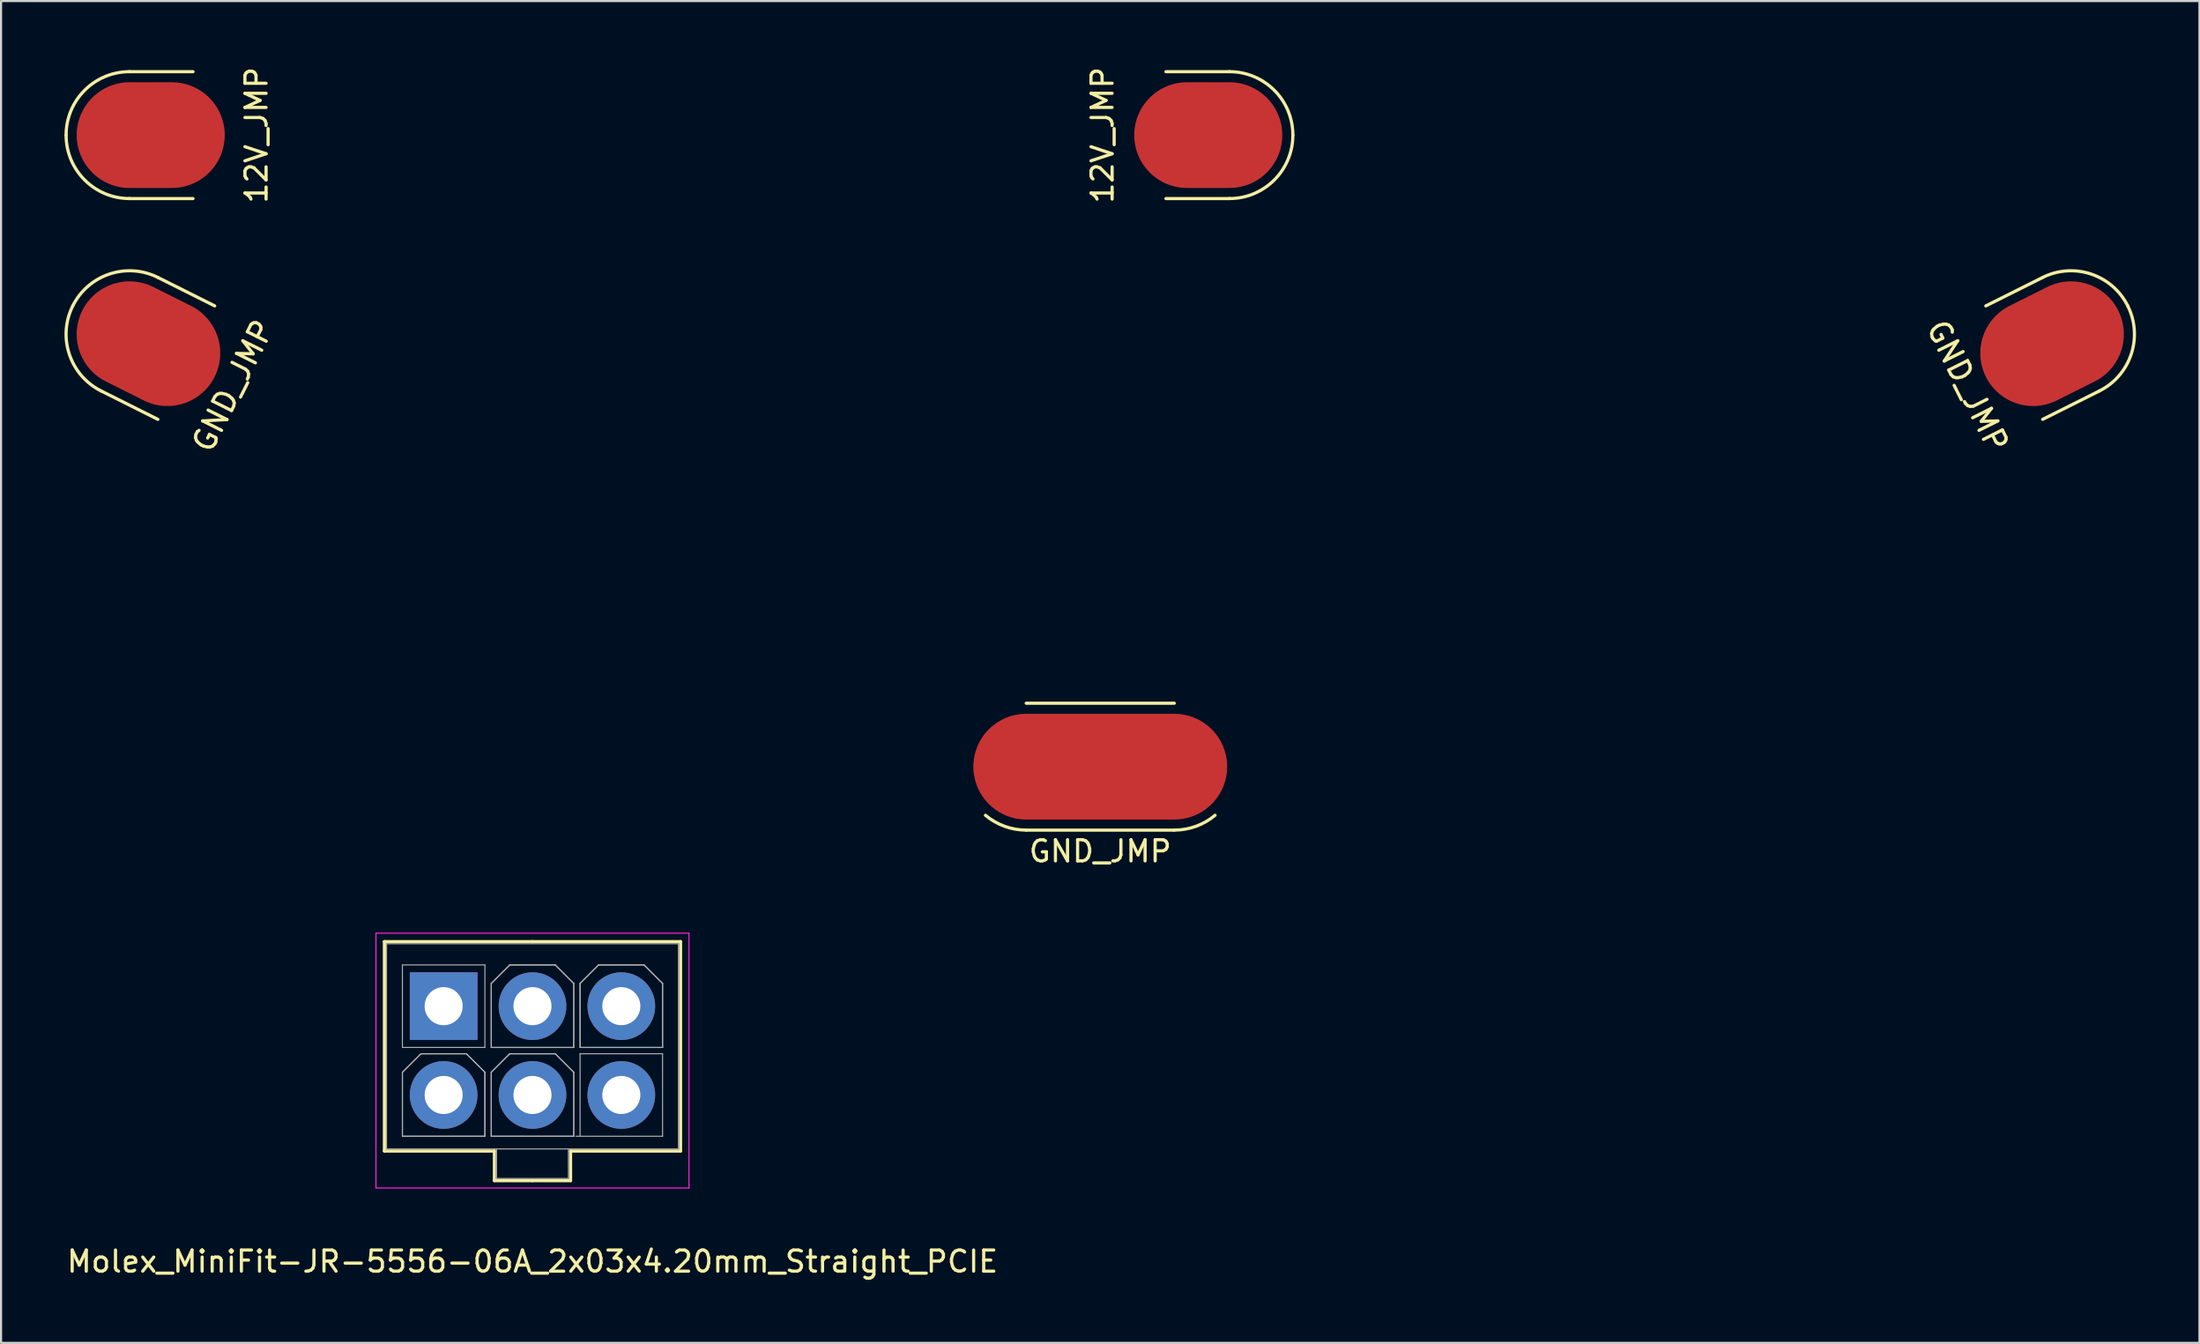
<source format=kicad_pcb>
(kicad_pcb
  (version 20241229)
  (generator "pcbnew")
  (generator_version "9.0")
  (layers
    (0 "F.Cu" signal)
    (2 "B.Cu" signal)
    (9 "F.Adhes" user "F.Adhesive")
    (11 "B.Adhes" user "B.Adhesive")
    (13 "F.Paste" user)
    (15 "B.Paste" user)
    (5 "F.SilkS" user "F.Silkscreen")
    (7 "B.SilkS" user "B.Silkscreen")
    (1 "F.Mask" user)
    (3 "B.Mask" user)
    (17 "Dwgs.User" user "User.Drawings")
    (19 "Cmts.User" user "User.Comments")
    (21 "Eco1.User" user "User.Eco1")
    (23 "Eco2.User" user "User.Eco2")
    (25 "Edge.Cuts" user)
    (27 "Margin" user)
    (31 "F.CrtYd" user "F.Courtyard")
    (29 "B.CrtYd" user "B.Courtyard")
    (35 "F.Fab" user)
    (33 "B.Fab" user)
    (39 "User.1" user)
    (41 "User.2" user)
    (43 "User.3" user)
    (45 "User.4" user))
  (footprint "GND_JMP"
    (layer "F.Cu")
    (at 48.969 33.201)
    (property "Reference" "GND_JMP" (at 0 4 0) (layer "F.SilkS") (effects (font (size 1 1) (thickness 0.15))))
    (attr through_hole)
    (fp_line (start -47.237 -17.765) (end -44.555 -16.422) (stroke (width 0.15) (type solid)) (layer "F.SilkS"))
    (fp_line (start -44.551 -23.13) (end -41.868 -21.787) (stroke (width 0.15) (type solid)) (layer "F.SilkS"))
    (fp_line (start -3.5 -3) (end 3.5 -3) (stroke (width 0.15) (type solid)) (layer "F.SilkS"))
    (fp_line (start 3.5 3) (end -3.5 3) (stroke (width 0.15) (type solid)) (layer "F.SilkS"))
    (fp_line (start 44.551 -23.13) (end 41.868 -21.787) (stroke (width 0.15) (type solid)) (layer "F.SilkS"))
    (fp_line (start 47.237 -17.765) (end 44.555 -16.422) (stroke (width 0.15) (type solid)) (layer "F.SilkS"))
    (fp_arc (start -48.576617 -21.791036) (mid -46.841102 -23.294387) (end -44.550877 -23.130222) (stroke (width 0.15) (type solid)) (layer "F.SilkS"))
    (fp_arc (start -47.237431 -17.765296) (mid -48.740782 -19.500811) (end -48.576617 -21.791036) (stroke (width 0.15) (type solid)) (layer "F.SilkS"))
    (fp_arc (start -3.5 3) (mid -4.526061 2.819078) (end -5.428363 2.298133) (stroke (width 0.15) (type solid)) (layer "F.SilkS"))
    (fp_arc (start 5.428363 2.298133) (mid 4.526061 2.819078) (end 3.5 3) (stroke (width 0.15) (type solid)) (layer "F.SilkS"))
    (fp_arc (start 44.550877 -23.130222) (mid 46.841102 -23.294387) (end 48.576617 -21.791036) (stroke (width 0.15) (type solid)) (layer "F.SilkS"))
    (fp_arc (start 48.576617 -21.791036) (mid 48.740782 -19.500811) (end 47.237431 -17.765296) (stroke (width 0.15) (type solid)) (layer "F.SilkS"))
    (fp_text user "${REFERENCE}" (at -41 -18 243.4) (layer "F.SilkS") (effects (font (size 1 1) (thickness 0.15))))
    (fp_text user "${REFERENCE}" (at 41 -18 296.6) (layer "F.SilkS") (effects (font (size 1 1) (thickness 0.15))))
    (pad "1" smd oval (at 0 0) (size 12 5) (layers "F.Cu" "F.Mask" "F.Paste"))
    (pad "2" smd oval (at 45 -20 26.6) (size 7 5) (layers "F.Cu" "F.Mask" "F.Paste"))
    (pad "3" smd oval (at -45 -20 153.4) (size 7 5) (layers "F.Cu" "F.Mask" "F.Paste")))
  (footprint "Molex_MiniFit-JR-5556-06A_2x03x4.20mm_Straight_PCIE"
    (layer "F.Cu")
    (at 17.925 44.525)
    (property "Reference" "Molex_MiniFit-JR-5556-06A_2x03x4.20mm_Straight_PCIE" (at 4.2 12.075 0) (layer "F.SilkS") (effects (font (size 1 1) (thickness 0.15))))
    (attr through_hole)
    (fp_line (start -2.8 -3.05) (end -2.8 6.85) (stroke (width 0.15) (type solid)) (layer "F.SilkS"))
    (fp_line (start -2.8 6.85) (end 2.4 6.85) (stroke (width 0.15) (type solid)) (layer "F.SilkS"))
    (fp_line (start 2.4 6.85) (end 2.4 8.25) (stroke (width 0.15) (type solid)) (layer "F.SilkS"))
    (fp_line (start 2.4 8.25) (end 4.2 8.25) (stroke (width 0.15) (type solid)) (layer "F.SilkS"))
    (fp_line (start 4.2 -3.05) (end -2.8 -3.05) (stroke (width 0.15) (type solid)) (layer "F.SilkS"))
    (fp_line (start 4.2 -3.05) (end 11.2 -3.05) (stroke (width 0.15) (type solid)) (layer "F.SilkS"))
    (fp_line (start 6 6.85) (end 6 8.25) (stroke (width 0.15) (type solid)) (layer "F.SilkS"))
    (fp_line (start 6 8.25) (end 4.2 8.25) (stroke (width 0.15) (type solid)) (layer "F.SilkS"))
    (fp_line (start 11.2 -3.05) (end 11.2 6.85) (stroke (width 0.15) (type solid)) (layer "F.SilkS"))
    (fp_line (start 11.2 6.85) (end 6 6.85) (stroke (width 0.15) (type solid)) (layer "F.SilkS"))
    (fp_line (start -3.2 -3.45) (end -3.2 8.6) (stroke (width 0.05) (type solid)) (layer "F.CrtYd"))
    (fp_line (start -3.2 8.6) (end 11.6 8.6) (stroke (width 0.05) (type solid)) (layer "F.CrtYd"))
    (fp_line (start 11.6 -3.45) (end -3.2 -3.45) (stroke (width 0.05) (type solid)) (layer "F.CrtYd"))
    (fp_line (start 11.6 8.6) (end 11.6 -3.45) (stroke (width 0.05) (type solid)) (layer "F.CrtYd"))
    (fp_line (start -2.7 -2.95) (end -2.7 6.75) (stroke (width 0.05) (type solid)) (layer "F.Fab"))
    (fp_line (start -2.7 6.75) (end 11.1 6.75) (stroke (width 0.05) (type solid)) (layer "F.Fab"))
    (fp_line (start -1.95 -1.95) (end -1.95 1.95) (stroke (width 0.05) (type solid)) (layer "F.Fab"))
    (fp_line (start -1.95 1.95) (end 1.95 1.95) (stroke (width 0.05) (type solid)) (layer "F.Fab"))
    (fp_line (start -1.95 3.125) (end -1.075 2.25) (stroke (width 0.05) (type solid)) (layer "F.Fab"))
    (fp_line (start -1.95 3.125) (end -1.075 2.25) (stroke (width 0.05) (type solid)) (layer "F.Fab"))
    (fp_line (start -1.95 6.15) (end -1.95 3.125) (stroke (width 0.05) (type solid)) (layer "F.Fab"))
    (fp_line (start -1.95 6.15) (end -1.95 3.125) (stroke (width 0.05) (type solid)) (layer "F.Fab"))
    (fp_line (start -1.075 2.25) (end 1.075 2.25) (stroke (width 0.05) (type solid)) (layer "F.Fab"))
    (fp_line (start -1.075 2.25) (end 1.075 2.25) (stroke (width 0.05) (type solid)) (layer "F.Fab"))
    (fp_line (start 1.075 2.25) (end 1.95 3.125) (stroke (width 0.05) (type solid)) (layer "F.Fab"))
    (fp_line (start 1.075 2.25) (end 1.95 3.125) (stroke (width 0.05) (type solid)) (layer "F.Fab"))
    (fp_line (start 1.95 -1.95) (end -1.95 -1.95) (stroke (width 0.05) (type solid)) (layer "F.Fab"))
    (fp_line (start 1.95 1.95) (end 1.95 -1.95) (stroke (width 0.05) (type solid)) (layer "F.Fab"))
    (fp_line (start 1.95 3.125) (end 1.95 6.15) (stroke (width 0.05) (type solid)) (layer "F.Fab"))
    (fp_line (start 1.95 3.125) (end 1.95 6.15) (stroke (width 0.05) (type solid)) (layer "F.Fab"))
    (fp_line (start 1.95 6.15) (end -1.95 6.15) (stroke (width 0.05) (type solid)) (layer "F.Fab"))
    (fp_line (start 1.95 6.15) (end -1.95 6.15) (stroke (width 0.05) (type solid)) (layer "F.Fab"))
    (fp_line (start 2.25 -1.075) (end 3.125 -1.95) (stroke (width 0.05) (type solid)) (layer "F.Fab"))
    (fp_line (start 2.25 -1.075) (end 3.125 -1.95) (stroke (width 0.05) (type solid)) (layer "F.Fab"))
    (fp_line (start 2.25 1.95) (end 2.25 -1.075) (stroke (width 0.05) (type solid)) (layer "F.Fab"))
    (fp_line (start 2.25 1.95) (end 2.25 -1.075) (stroke (width 0.05) (type solid)) (layer "F.Fab"))
    (fp_line (start 2.25 3.125) (end 3.125 2.25) (stroke (width 0.05) (type solid)) (layer "F.Fab"))
    (fp_line (start 2.25 3.125) (end 3.125 2.25) (stroke (width 0.05) (type solid)) (layer "F.Fab"))
    (fp_line (start 2.25 6.15) (end 2.25 3.125) (stroke (width 0.05) (type solid)) (layer "F.Fab"))
    (fp_line (start 2.25 6.15) (end 2.25 3.125) (stroke (width 0.05) (type solid)) (layer "F.Fab"))
    (fp_line (start 2.5 6.75) (end 2.5 8.15) (stroke (width 0.05) (type solid)) (layer "F.Fab"))
    (fp_line (start 2.5 8.15) (end 5.9 8.15) (stroke (width 0.05) (type solid)) (layer "F.Fab"))
    (fp_line (start 3.125 -1.95) (end 5.275 -1.95) (stroke (width 0.05) (type solid)) (layer "F.Fab"))
    (fp_line (start 3.125 -1.95) (end 5.275 -1.95) (stroke (width 0.05) (type solid)) (layer "F.Fab"))
    (fp_line (start 3.125 2.25) (end 5.275 2.25) (stroke (width 0.05) (type solid)) (layer "F.Fab"))
    (fp_line (start 3.125 2.25) (end 5.275 2.25) (stroke (width 0.05) (type solid)) (layer "F.Fab"))
    (fp_line (start 5.275 -1.95) (end 6.15 -1.075) (stroke (width 0.05) (type solid)) (layer "F.Fab"))
    (fp_line (start 5.275 -1.95) (end 6.15 -1.075) (stroke (width 0.05) (type solid)) (layer "F.Fab"))
    (fp_line (start 5.275 2.25) (end 6.15 3.125) (stroke (width 0.05) (type solid)) (layer "F.Fab"))
    (fp_line (start 5.275 2.25) (end 6.15 3.125) (stroke (width 0.05) (type solid)) (layer "F.Fab"))
    (fp_line (start 5.9 8.15) (end 5.9 6.75) (stroke (width 0.05) (type solid)) (layer "F.Fab"))
    (fp_line (start 6.15 -1.075) (end 6.15 1.95) (stroke (width 0.05) (type solid)) (layer "F.Fab"))
    (fp_line (start 6.15 -1.075) (end 6.15 1.95) (stroke (width 0.05) (type solid)) (layer "F.Fab"))
    (fp_line (start 6.15 1.95) (end 2.25 1.95) (stroke (width 0.05) (type solid)) (layer "F.Fab"))
    (fp_line (start 6.15 1.95) (end 2.25 1.95) (stroke (width 0.05) (type solid)) (layer "F.Fab"))
    (fp_line (start 6.15 3.125) (end 6.15 6.15) (stroke (width 0.05) (type solid)) (layer "F.Fab"))
    (fp_line (start 6.15 3.125) (end 6.15 6.15) (stroke (width 0.05) (type solid)) (layer "F.Fab"))
    (fp_line (start 6.15 6.15) (end 2.25 6.15) (stroke (width 0.05) (type solid)) (layer "F.Fab"))
    (fp_line (start 6.15 6.15) (end 2.25 6.15) (stroke (width 0.05) (type solid)) (layer "F.Fab"))
    (fp_line (start 6.25 6.15) (end 10.35 6.15) (stroke (width 0.05) (type solid)) (layer "F.Fab"))
    (fp_line (start 6.45 -1.075) (end 7.325 -1.95) (stroke (width 0.05) (type solid)) (layer "F.Fab"))
    (fp_line (start 6.45 -1.075) (end 7.325 -1.95) (stroke (width 0.05) (type solid)) (layer "F.Fab"))
    (fp_line (start 6.45 1.95) (end 6.45 -1.075) (stroke (width 0.05) (type solid)) (layer "F.Fab"))
    (fp_line (start 6.45 1.95) (end 6.45 -1.075) (stroke (width 0.05) (type solid)) (layer "F.Fab"))
    (fp_line (start 6.45 2.25) (end 6.45 6.15) (stroke (width 0.05) (type solid)) (layer "F.Fab"))
    (fp_line (start 7.325 -1.95) (end 9.475 -1.95) (stroke (width 0.05) (type solid)) (layer "F.Fab"))
    (fp_line (start 7.325 -1.95) (end 9.475 -1.95) (stroke (width 0.05) (type solid)) (layer "F.Fab"))
    (fp_line (start 9.475 -1.95) (end 10.35 -1.075) (stroke (width 0.05) (type solid)) (layer "F.Fab"))
    (fp_line (start 9.475 -1.95) (end 10.35 -1.075) (stroke (width 0.05) (type solid)) (layer "F.Fab"))
    (fp_line (start 10.35 -1.075) (end 10.35 1.95) (stroke (width 0.05) (type solid)) (layer "F.Fab"))
    (fp_line (start 10.35 -1.075) (end 10.35 1.95) (stroke (width 0.05) (type solid)) (layer "F.Fab"))
    (fp_line (start 10.35 1.95) (end 6.45 1.95) (stroke (width 0.05) (type solid)) (layer "F.Fab"))
    (fp_line (start 10.35 1.95) (end 6.45 1.95) (stroke (width 0.05) (type solid)) (layer "F.Fab"))
    (fp_line (start 10.35 2.25) (end 6.45 2.25) (stroke (width 0.05) (type solid)) (layer "F.Fab"))
    (fp_line (start 10.35 6.15) (end 10.35 2.25) (stroke (width 0.05) (type solid)) (layer "F.Fab"))
    (fp_line (start 11.1 -2.95) (end -2.7 -2.95) (stroke (width 0.05) (type solid)) (layer "F.Fab"))
    (fp_line (start 11.1 6.75) (end 11.1 -2.95) (stroke (width 0.05) (type solid)) (layer "F.Fab"))
    (pad "1" thru_hole rect (at 0 0) (size 3.2 3.2) (drill 1.8) (layers "*.Cu" "*.Mask"))
    (pad "2" thru_hole circle (at 4.2 0) (size 3.2 3.2) (drill 1.8) (layers "*.Cu" "*.Mask"))
    (pad "3" thru_hole circle (at 8.4 0) (size 3.2 3.2) (drill 1.8) (layers "*.Cu" "*.Mask"))
    (pad "4" thru_hole circle (at 0 4.2) (size 3.2 3.2) (drill 1.8) (layers "*.Cu" "*.Mask"))
    (pad "5" thru_hole circle (at 4.2 4.2) (size 3.2 3.2) (drill 1.8) (layers "*.Cu" "*.Mask"))
    (pad "6" thru_hole circle (at 8.4 4.2) (size 3.2 3.2) (drill 1.8) (layers "*.Cu" "*.Mask")))
  (footprint "12V_JMP"
    (layer "F.Cu")
    (at 4.075 3.339)
    (property "Reference" "12V_JMP" (at 5 0 90) (layer "F.SilkS") (effects (font (size 1 1) (thickness 0.15))))
    (attr through_hole)
    (fp_line (start 2 -3) (end -1 -3) (stroke (width 0.15) (type solid)) (layer "F.SilkS"))
    (fp_line (start 2 3) (end -1 3) (stroke (width 0.15) (type solid)) (layer "F.SilkS"))
    (fp_line (start 48 -3) (end 51 -3) (stroke (width 0.15) (type solid)) (layer "F.SilkS"))
    (fp_line (start 48 3) (end 51 3) (stroke (width 0.15) (type solid)) (layer "F.SilkS"))
    (fp_arc (start -4 0) (mid -3.12132 -2.12132) (end -1 -3) (stroke (width 0.15) (type solid)) (layer "F.SilkS"))
    (fp_arc (start -1 3) (mid -3.12132 2.12132) (end -4 0) (stroke (width 0.15) (type solid)) (layer "F.SilkS"))
    (fp_arc (start 51 -3) (mid 53.12132 -2.12132) (end 54 0) (stroke (width 0.15) (type solid)) (layer "F.SilkS"))
    (fp_arc (start 54 0) (mid 53.12132 2.12132) (end 51 3) (stroke (width 0.15) (type solid)) (layer "F.SilkS"))
    (fp_text user "${REFERENCE}" (at 45 0 90) (layer "F.SilkS") (effects (font (size 1 1) (thickness 0.15))))
    (pad "1" smd oval (at 0 0 180) (size 7 5) (layers "F.Cu" "F.Mask" "F.Paste"))
    (pad "2" smd oval (at 50 0) (size 7 5) (layers "F.Cu" "F.Mask" "F.Paste")))
  (gr_rect
    (start -3 -3)
    (end 100.938 60.448)
    (stroke (width 0.1) (type default))
    (fill no)
    (layer "Edge.Cuts")))
</source>
